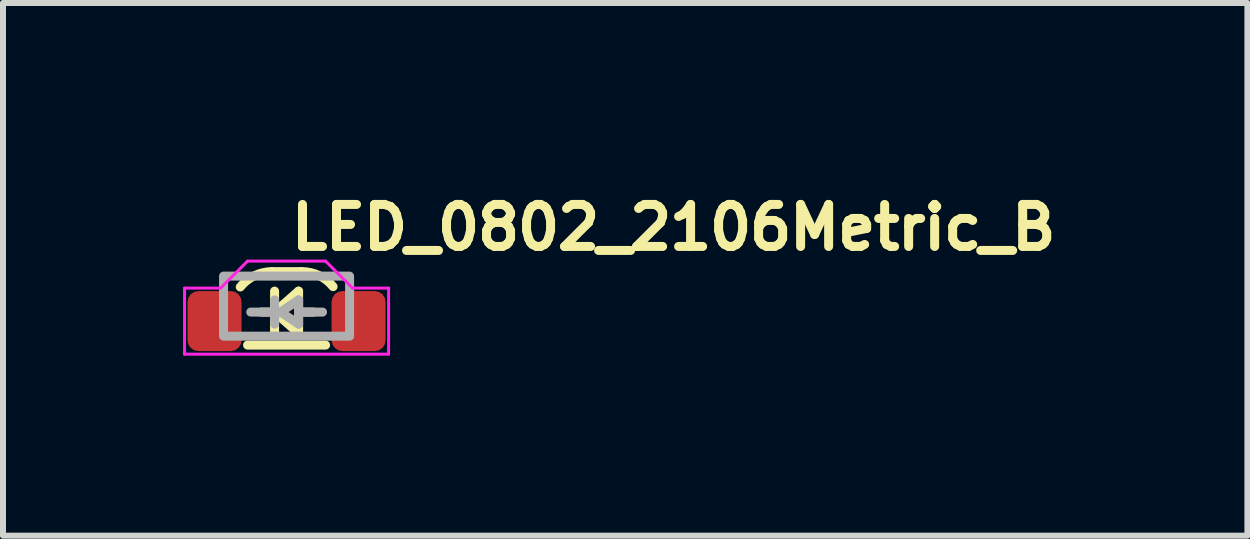
<source format=kicad_pcb>
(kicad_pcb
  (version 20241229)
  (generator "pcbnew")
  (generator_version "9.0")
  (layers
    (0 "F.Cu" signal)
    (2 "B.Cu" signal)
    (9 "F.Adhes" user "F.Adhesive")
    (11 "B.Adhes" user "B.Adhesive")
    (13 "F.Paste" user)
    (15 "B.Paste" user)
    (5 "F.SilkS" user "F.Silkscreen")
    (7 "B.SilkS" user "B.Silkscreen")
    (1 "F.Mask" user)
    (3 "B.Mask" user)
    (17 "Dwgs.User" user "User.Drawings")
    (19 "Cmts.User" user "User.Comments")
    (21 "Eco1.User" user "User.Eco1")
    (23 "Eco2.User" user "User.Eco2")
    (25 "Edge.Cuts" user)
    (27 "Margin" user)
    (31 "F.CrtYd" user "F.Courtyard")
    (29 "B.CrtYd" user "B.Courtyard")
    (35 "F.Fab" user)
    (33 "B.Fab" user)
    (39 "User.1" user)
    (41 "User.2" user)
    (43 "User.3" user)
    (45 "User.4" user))
  (footprint "LED_0802_2106Metric_B"
    (layer "F.Cu")
    (at 1.725 2.05)
    (property "Reference" "LED_0802_2106Metric_B" (at 0 -0.9 0) (layer "F.SilkS") (effects (font (size 0.7 0.7) (thickness 0.15)) (justify left bottom)))
    (attr smd)
    (fp_line (start -0.2 0.101) (end 0.2 -0.249) (stroke (width 0.15) (type solid)) (layer "F.SilkS"))
    (fp_line (start -0.2 0.451) (end -0.2 -0.249) (stroke (width 0.15) (type solid)) (layer "F.SilkS"))
    (fp_line (start -0.19 0.1) (end -0.425 0.1) (stroke (width 0.15) (type solid)) (layer "F.SilkS"))
    (fp_line (start 0.2 0.451) (end -0.2 0.101) (stroke (width 0.15) (type solid)) (layer "F.SilkS"))
    (fp_line (start 0.2 0.451) (end 0.2 -0.249) (stroke (width 0.15) (type solid)) (layer "F.SilkS"))
    (fp_line (start 0.21 0.1) (end 0.45 0.1) (stroke (width 0.15) (type solid)) (layer "F.SilkS"))
    (fp_line (start 0.25 -0.574) (end -0.25 -0.574) (stroke (width 0.15) (type solid)) (layer "F.SilkS"))
    (fp_line (start 0.65 0.65) (end -0.65 0.65) (stroke (width 0.15) (type solid)) (layer "F.SilkS"))
    (fp_arc (start -0.771526 -0.317954) (mid -0.539233 -0.503967) (end -0.25 -0.574) (stroke (width 0.15) (type solid)) (layer "F.SilkS"))
    (fp_arc (start 0.25 -0.574) (mid 0.541084 -0.509026) (end 0.775 -0.324) (stroke (width 0.15) (type solid)) (layer "F.SilkS"))
    (fp_line (start -1.7 -0.299) (end -1.1 -0.299) (stroke (width 0.05) (type solid)) (layer "F.CrtYd"))
    (fp_line (start -1.7 0.801) (end -1.7 -0.299) (stroke (width 0.05) (type solid)) (layer "F.CrtYd"))
    (fp_line (start -1.1 -0.299) (end -0.65 -0.749) (stroke (width 0.05) (type solid)) (layer "F.CrtYd"))
    (fp_line (start -0.65 -0.749) (end 0.65 -0.749) (stroke (width 0.05) (type solid)) (layer "F.CrtYd"))
    (fp_line (start 0.65 -0.749) (end 1.1 -0.299) (stroke (width 0.05) (type solid)) (layer "F.CrtYd"))
    (fp_line (start 1.1 -0.299) (end 1.7 -0.299) (stroke (width 0.05) (type solid)) (layer "F.CrtYd"))
    (fp_line (start 1.7 -0.299) (end 1.7 0.801) (stroke (width 0.05) (type solid)) (layer "F.CrtYd"))
    (fp_line (start 1.7 0.801) (end -1.7 0.801) (stroke (width 0.05) (type solid)) (layer "F.CrtYd"))
    (fp_line (start -0.199 -0.103) (end -0.199 0.199) (stroke (width 0.15) (type solid)) (layer "F.Fab"))
    (fp_line (start -0.199 0.1) (end -0.597 0.1) (stroke (width 0.15) (type solid)) (layer "F.Fab"))
    (fp_line (start -0.199 0.3) (end -0.199 0.199) (stroke (width 0.15) (type solid)) (layer "F.Fab"))
    (fp_line (start -0.101 0.1) (end 0.201 0.3) (stroke (width 0.15) (type solid)) (layer "F.Fab"))
    (fp_line (start 0.201 -0.103) (end -0.101 0.1) (stroke (width 0.15) (type solid)) (layer "F.Fab"))
    (fp_line (start 0.201 0.1) (end 0.201 -0.103) (stroke (width 0.15) (type solid)) (layer "F.Fab"))
    (fp_line (start 0.201 0.3) (end 0.201 0.1) (stroke (width 0.15) (type solid)) (layer "F.Fab"))
    (fp_line (start 0.599 0.1) (end 0.201 0.1) (stroke (width 0.15) (type solid)) (layer "F.Fab"))
    (fp_rect (start 1.05 0.501) (end -1.05 -0.499) (stroke (width 0.15) (type solid)) (fill no) (layer "F.Fab"))
    (fp_rect (start 1.05 0.501) (end -1.05 -0.5) (stroke (width 0.1) (type solid)) (fill no) (layer "User.5"))
    (fp_line (start -1.05 0) (end -1.05 0.5) (stroke (width 0.02) (type solid)) (layer "User.9"))
    (fp_line (start -1.05 0) (end -0.85 0) (stroke (width 0.02) (type solid)) (layer "User.9"))
    (fp_line (start -1.05 0.5) (end -0.75 0.5) (stroke (width 0.02) (type solid)) (layer "User.9"))
    (fp_line (start -1.02 0.029) (end -1.02 0.469) (stroke (width 0.02) (type solid)) (layer "User.9"))
    (fp_line (start -1.02 0.029) (end -1.02 0.469) (stroke (width 0.02) (type solid)) (layer "User.9"))
    (fp_line (start -1.02 0.469) (end -0.75 0.469) (stroke (width 0.02) (type solid)) (layer "User.9"))
    (fp_line (start -1.02 0.469) (end -0.75 0.469) (stroke (width 0.02) (type solid)) (layer "User.9"))
    (fp_line (start -0.85 0) (end -0.85 0.029) (stroke (width 0.02) (type solid)) (layer "User.9"))
    (fp_line (start -0.85 0) (end -0.85 0.029) (stroke (width 0.02) (type solid)) (layer "User.9"))
    (fp_line (start -0.85 0) (end 0.85 0) (stroke (width 0.02) (type solid)) (layer "User.9"))
    (fp_line (start -0.85 0) (end 0.85 0) (stroke (width 0.02) (type solid)) (layer "User.9"))
    (fp_line (start -0.85 0.029) (end -1.02 0.029) (stroke (width 0.02) (type solid)) (layer "User.9"))
    (fp_line (start -0.85 0.029) (end -1.02 0.029) (stroke (width 0.02) (type solid)) (layer "User.9"))
    (fp_line (start -0.844 -0.026) (end -0.85 0) (stroke (width 0.02) (type solid)) (layer "User.9"))
    (fp_line (start -0.838 -0.052) (end -0.844 -0.026) (stroke (width 0.02) (type solid)) (layer "User.9"))
    (fp_line (start -0.831 -0.079) (end -0.838 -0.052) (stroke (width 0.02) (type solid)) (layer "User.9"))
    (fp_line (start -0.822 -0.103) (end -0.831 -0.079) (stroke (width 0.02) (type solid)) (layer "User.9"))
    (fp_line (start -0.812 -0.129) (end -0.822 -0.103) (stroke (width 0.02) (type solid)) (layer "User.9"))
    (fp_line (start -0.802 -0.153) (end -0.812 -0.129) (stroke (width 0.02) (type solid)) (layer "User.9"))
    (fp_line (start -0.79 -0.176) (end -0.802 -0.153) (stroke (width 0.02) (type solid)) (layer "User.9"))
    (fp_line (start -0.778 -0.199) (end -0.79 -0.176) (stroke (width 0.02) (type solid)) (layer "User.9"))
    (fp_line (start -0.764 -0.222) (end -0.778 -0.199) (stroke (width 0.02) (type solid)) (layer "User.9"))
    (fp_line (start -0.75 -0.243) (end -0.764 -0.222) (stroke (width 0.02) (type solid)) (layer "User.9"))
    (fp_line (start -0.75 0.469) (end -0.75 0.5) (stroke (width 0.02) (type solid)) (layer "User.9"))
    (fp_line (start -0.75 0.469) (end -0.75 0.5) (stroke (width 0.02) (type solid)) (layer "User.9"))
    (fp_line (start -0.75 0.5) (end -0.646 0.5) (stroke (width 0.02) (type solid)) (layer "User.9"))
    (fp_line (start -0.734 -0.264) (end -0.75 -0.243) (stroke (width 0.02) (type solid)) (layer "User.9"))
    (fp_line (start -0.718 -0.285) (end -0.734 -0.264) (stroke (width 0.02) (type solid)) (layer "User.9"))
    (fp_line (start -0.701 -0.304) (end -0.718 -0.285) (stroke (width 0.02) (type solid)) (layer "User.9"))
    (fp_line (start -0.683 -0.323) (end -0.701 -0.304) (stroke (width 0.02) (type solid)) (layer "User.9"))
    (fp_line (start -0.665 -0.34) (end -0.683 -0.323) (stroke (width 0.02) (type solid)) (layer "User.9"))
    (fp_line (start -0.646 0.5) (end -0.646 0.501) (stroke (width 0.02) (type solid)) (layer "User.9"))
    (fp_line (start -0.646 0.501) (end 0 0.501) (stroke (width 0.02) (type solid)) (layer "User.9"))
    (fp_line (start -0.645 -0.358) (end -0.665 -0.34) (stroke (width 0.02) (type solid)) (layer "User.9"))
    (fp_line (start -0.625 -0.374) (end -0.645 -0.358) (stroke (width 0.02) (type solid)) (layer "User.9"))
    (fp_line (start -0.604 -0.389) (end -0.625 -0.374) (stroke (width 0.02) (type solid)) (layer "User.9"))
    (fp_line (start -0.583 -0.404) (end -0.604 -0.389) (stroke (width 0.02) (type solid)) (layer "User.9"))
    (fp_line (start -0.561 -0.417) (end -0.583 -0.404) (stroke (width 0.02) (type solid)) (layer "User.9"))
    (fp_line (start -0.538 -0.43) (end -0.561 -0.417) (stroke (width 0.02) (type solid)) (layer "User.9"))
    (fp_line (start -0.515 -0.442) (end -0.538 -0.43) (stroke (width 0.02) (type solid)) (layer "User.9"))
    (fp_line (start -0.491 -0.452) (end -0.515 -0.442) (stroke (width 0.02) (type solid)) (layer "User.9"))
    (fp_line (start -0.467 -0.461) (end -0.491 -0.452) (stroke (width 0.02) (type solid)) (layer "User.9"))
    (fp_line (start -0.442 -0.47) (end -0.467 -0.461) (stroke (width 0.02) (type solid)) (layer "User.9"))
    (fp_line (start -0.417 -0.477) (end -0.442 -0.47) (stroke (width 0.02) (type solid)) (layer "User.9"))
    (fp_line (start -0.391 -0.485) (end -0.417 -0.477) (stroke (width 0.02) (type solid)) (layer "User.9"))
    (fp_line (start -0.365 -0.49) (end -0.391 -0.485) (stroke (width 0.02) (type solid)) (layer "User.9"))
    (fp_line (start -0.339 -0.494) (end -0.365 -0.49) (stroke (width 0.02) (type solid)) (layer "User.9"))
    (fp_line (start -0.312 -0.497) (end -0.339 -0.494) (stroke (width 0.02) (type solid)) (layer "User.9"))
    (fp_line (start -0.285 -0.499) (end -0.312 -0.497) (stroke (width 0.02) (type solid)) (layer "User.9"))
    (fp_line (start -0.258 -0.5) (end -0.285 -0.499) (stroke (width 0.02) (type solid)) (layer "User.9"))
    (fp_line (start -0.258 -0.5) (end 0.258 -0.5) (stroke (width 0.02) (type solid)) (layer "User.9"))
    (fp_line (start 0 0.5) (end 0 0.501) (stroke (width 0.02) (type solid)) (layer "User.9"))
    (fp_line (start 0 0.5) (end 0.75 0.5) (stroke (width 0.02) (type solid)) (layer "User.9"))
    (fp_line (start 0.258 -0.5) (end 0.285 -0.499) (stroke (width 0.02) (type solid)) (layer "User.9"))
    (fp_line (start 0.285 -0.499) (end 0.312 -0.497) (stroke (width 0.02) (type solid)) (layer "User.9"))
    (fp_line (start 0.312 -0.497) (end 0.339 -0.494) (stroke (width 0.02) (type solid)) (layer "User.9"))
    (fp_line (start 0.339 -0.494) (end 0.365 -0.49) (stroke (width 0.02) (type solid)) (layer "User.9"))
    (fp_line (start 0.365 -0.49) (end 0.391 -0.485) (stroke (width 0.02) (type solid)) (layer "User.9"))
    (fp_line (start 0.391 -0.485) (end 0.417 -0.477) (stroke (width 0.02) (type solid)) (layer "User.9"))
    (fp_line (start 0.417 -0.477) (end 0.442 -0.47) (stroke (width 0.02) (type solid)) (layer "User.9"))
    (fp_line (start 0.442 -0.47) (end 0.467 -0.461) (stroke (width 0.02) (type solid)) (layer "User.9"))
    (fp_line (start 0.467 -0.461) (end 0.491 -0.452) (stroke (width 0.02) (type solid)) (layer "User.9"))
    (fp_line (start 0.491 -0.452) (end 0.515 -0.442) (stroke (width 0.02) (type solid)) (layer "User.9"))
    (fp_line (start 0.515 -0.442) (end 0.538 -0.43) (stroke (width 0.02) (type solid)) (layer "User.9"))
    (fp_line (start 0.538 -0.43) (end 0.561 -0.417) (stroke (width 0.02) (type solid)) (layer "User.9"))
    (fp_line (start 0.561 -0.417) (end 0.583 -0.404) (stroke (width 0.02) (type solid)) (layer "User.9"))
    (fp_line (start 0.583 -0.404) (end 0.604 -0.389) (stroke (width 0.02) (type solid)) (layer "User.9"))
    (fp_line (start 0.604 -0.389) (end 0.625 -0.374) (stroke (width 0.02) (type solid)) (layer "User.9"))
    (fp_line (start 0.625 -0.374) (end 0.645 -0.358) (stroke (width 0.02) (type solid)) (layer "User.9"))
    (fp_line (start 0.645 -0.358) (end 0.665 -0.34) (stroke (width 0.02) (type solid)) (layer "User.9"))
    (fp_line (start 0.665 -0.34) (end 0.683 -0.323) (stroke (width 0.02) (type solid)) (layer "User.9"))
    (fp_line (start 0.683 -0.323) (end 0.701 -0.304) (stroke (width 0.02) (type solid)) (layer "User.9"))
    (fp_line (start 0.701 -0.304) (end 0.718 -0.285) (stroke (width 0.02) (type solid)) (layer "User.9"))
    (fp_line (start 0.718 -0.285) (end 0.734 -0.264) (stroke (width 0.02) (type solid)) (layer "User.9"))
    (fp_line (start 0.734 -0.264) (end 0.75 -0.243) (stroke (width 0.02) (type solid)) (layer "User.9"))
    (fp_line (start 0.75 -0.243) (end 0.764 -0.222) (stroke (width 0.02) (type solid)) (layer "User.9"))
    (fp_line (start 0.75 0.469) (end 0.75 0.5) (stroke (width 0.02) (type solid)) (layer "User.9"))
    (fp_line (start 0.75 0.469) (end 0.75 0.5) (stroke (width 0.02) (type solid)) (layer "User.9"))
    (fp_line (start 0.75 0.5) (end 1.05 0.5) (stroke (width 0.02) (type solid)) (layer "User.9"))
    (fp_line (start 0.764 -0.222) (end 0.778 -0.199) (stroke (width 0.02) (type solid)) (layer "User.9"))
    (fp_line (start 0.778 -0.199) (end 0.79 -0.176) (stroke (width 0.02) (type solid)) (layer "User.9"))
    (fp_line (start 0.79 -0.176) (end 0.802 -0.153) (stroke (width 0.02) (type solid)) (layer "User.9"))
    (fp_line (start 0.802 -0.153) (end 0.812 -0.129) (stroke (width 0.02) (type solid)) (layer "User.9"))
    (fp_line (start 0.812 -0.129) (end 0.822 -0.103) (stroke (width 0.02) (type solid)) (layer "User.9"))
    (fp_line (start 0.822 -0.103) (end 0.831 -0.079) (stroke (width 0.02) (type solid)) (layer "User.9"))
    (fp_line (start 0.831 -0.079) (end 0.838 -0.052) (stroke (width 0.02) (type solid)) (layer "User.9"))
    (fp_line (start 0.838 -0.052) (end 0.844 -0.026) (stroke (width 0.02) (type solid)) (layer "User.9"))
    (fp_line (start 0.844 -0.026) (end 0.85 0) (stroke (width 0.02) (type solid)) (layer "User.9"))
    (fp_line (start 0.85 0) (end 0.85 0.029) (stroke (width 0.02) (type solid)) (layer "User.9"))
    (fp_line (start 0.85 0) (end 0.85 0.029) (stroke (width 0.02) (type solid)) (layer "User.9"))
    (fp_line (start 0.85 0) (end 1.05 0) (stroke (width 0.02) (type solid)) (layer "User.9"))
    (fp_line (start 0.85 0.029) (end 1.02 0.029) (stroke (width 0.02) (type solid)) (layer "User.9"))
    (fp_line (start 0.85 0.029) (end 1.02 0.029) (stroke (width 0.02) (type solid)) (layer "User.9"))
    (fp_line (start 1.02 0.029) (end 1.02 0.469) (stroke (width 0.02) (type solid)) (layer "User.9"))
    (fp_line (start 1.02 0.029) (end 1.02 0.469) (stroke (width 0.02) (type solid)) (layer "User.9"))
    (fp_line (start 1.02 0.469) (end 0.75 0.469) (stroke (width 0.02) (type solid)) (layer "User.9"))
    (fp_line (start 1.02 0.469) (end 0.75 0.469) (stroke (width 0.02) (type solid)) (layer "User.9"))
    (fp_line (start 1.05 0) (end 1.05 0.5) (stroke (width 0.02) (type solid)) (layer "User.9"))
    (pad "1" smd roundrect (at -1.2 0.25) (size 0.9 1) (layers "F.Cu" "F.Mask" "F.Paste") (roundrect_rratio 0.2))
    (pad "2" smd roundrect (at 1.2 0.25) (size 0.9 1) (layers "F.Cu" "F.Mask" "F.Paste") (roundrect_rratio 0.2)))
  (gr_rect
    (start -3 -3)
    (end 17.735 5.876)
    (stroke (width 0.1) (type default))
    (fill no)
    (layer "Edge.Cuts")))
</source>
